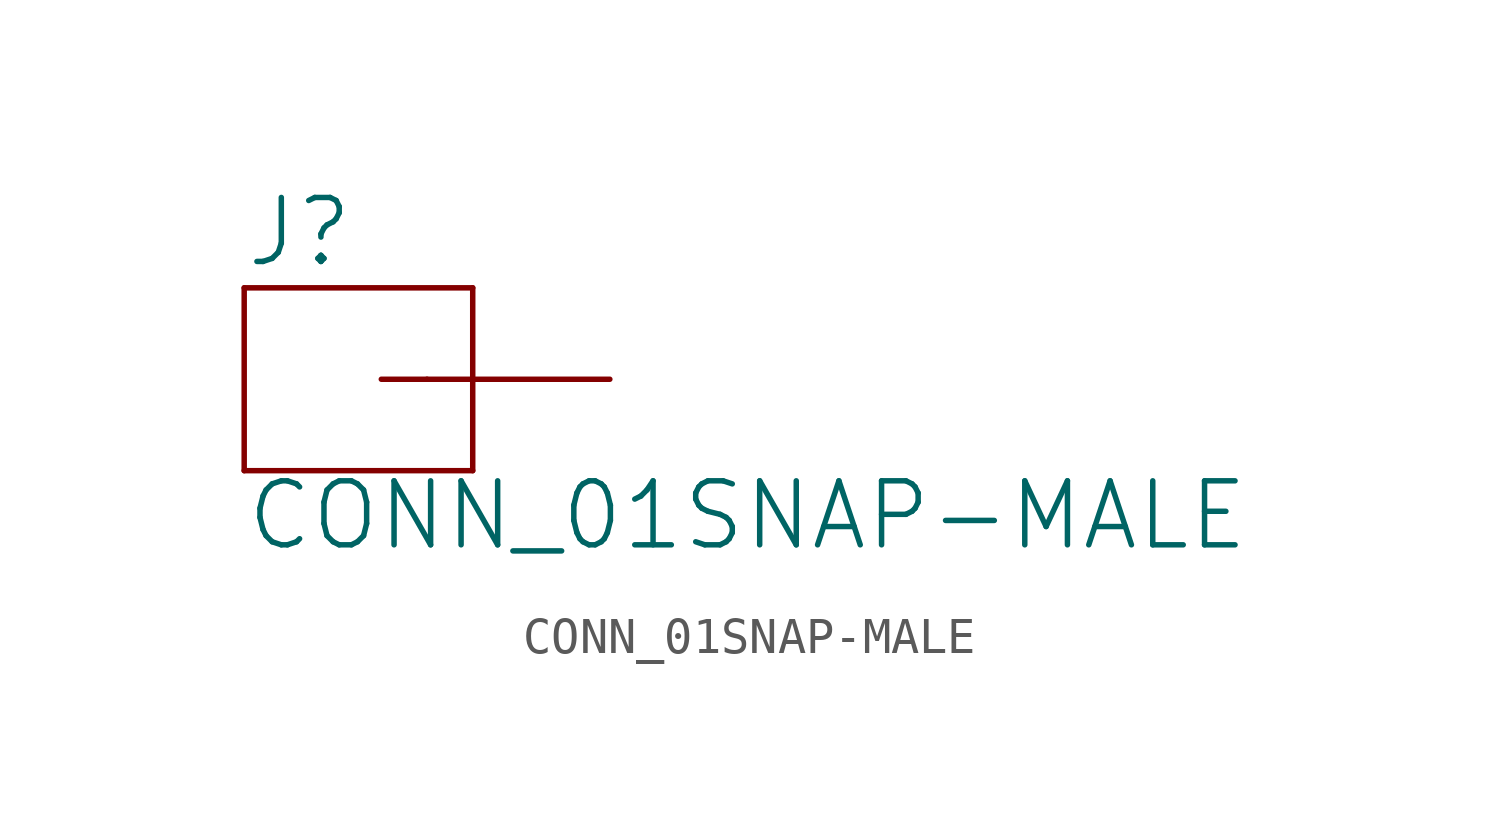
<source format=kicad_sym>
(kicad_symbol_lib
  (version 20211014)
  (generator kicad_symbol_editor)
  (symbol "CONN_01SNAP-MALE"
    (pin_names
      (offset 1.016))
    (property "Reference" "J"
      (at -2.54 3.048 0)
      (effects (font (size 1.778 1.778)) (justify left bottom)))
    (property "Value" "CONN_01SNAP-MALE"
      (at -2.54 -4.826 0)
      (effects (font (size 1.778 1.778)) (justify left bottom)))
    (property "ki_locked" ""
      (at 0 0 0)
      (effects (font (size 1.27 1.27))))
    (symbol "CONN_01SNAP-MALE_1_0"
      (polyline (pts (xy -2.54 2.54) (xy -2.54 -2.54)) (stroke (width 0) (type default) (color 0 0 0 0)) (fill (type none)))
      (polyline (pts (xy -2.54 2.54) (xy 3.81 2.54)) (stroke (width 0) (type default) (color 0 0 0 0)) (fill (type none)))
      (polyline (pts (xy 1.27 0) (xy 2.54 0)) (stroke (width 0) (type default) (color 0 0 0 0)) (fill (type none)))
      (polyline (pts (xy 3.81 -2.54) (xy -2.54 -2.54)) (stroke (width 0) (type default) (color 0 0 0 0)) (fill (type none)))
      (polyline (pts (xy 3.81 -2.54) (xy 3.81 2.54)) (stroke (width 0) (type default) (color 0 0 0 0)) (fill (type none)))
      (pin passive line (at 7.62 0 180) (length 5.08) (name "1" (effects (font (size 0 0)))) (number "2" (effects (font (size 0 0))))))))
</source>
